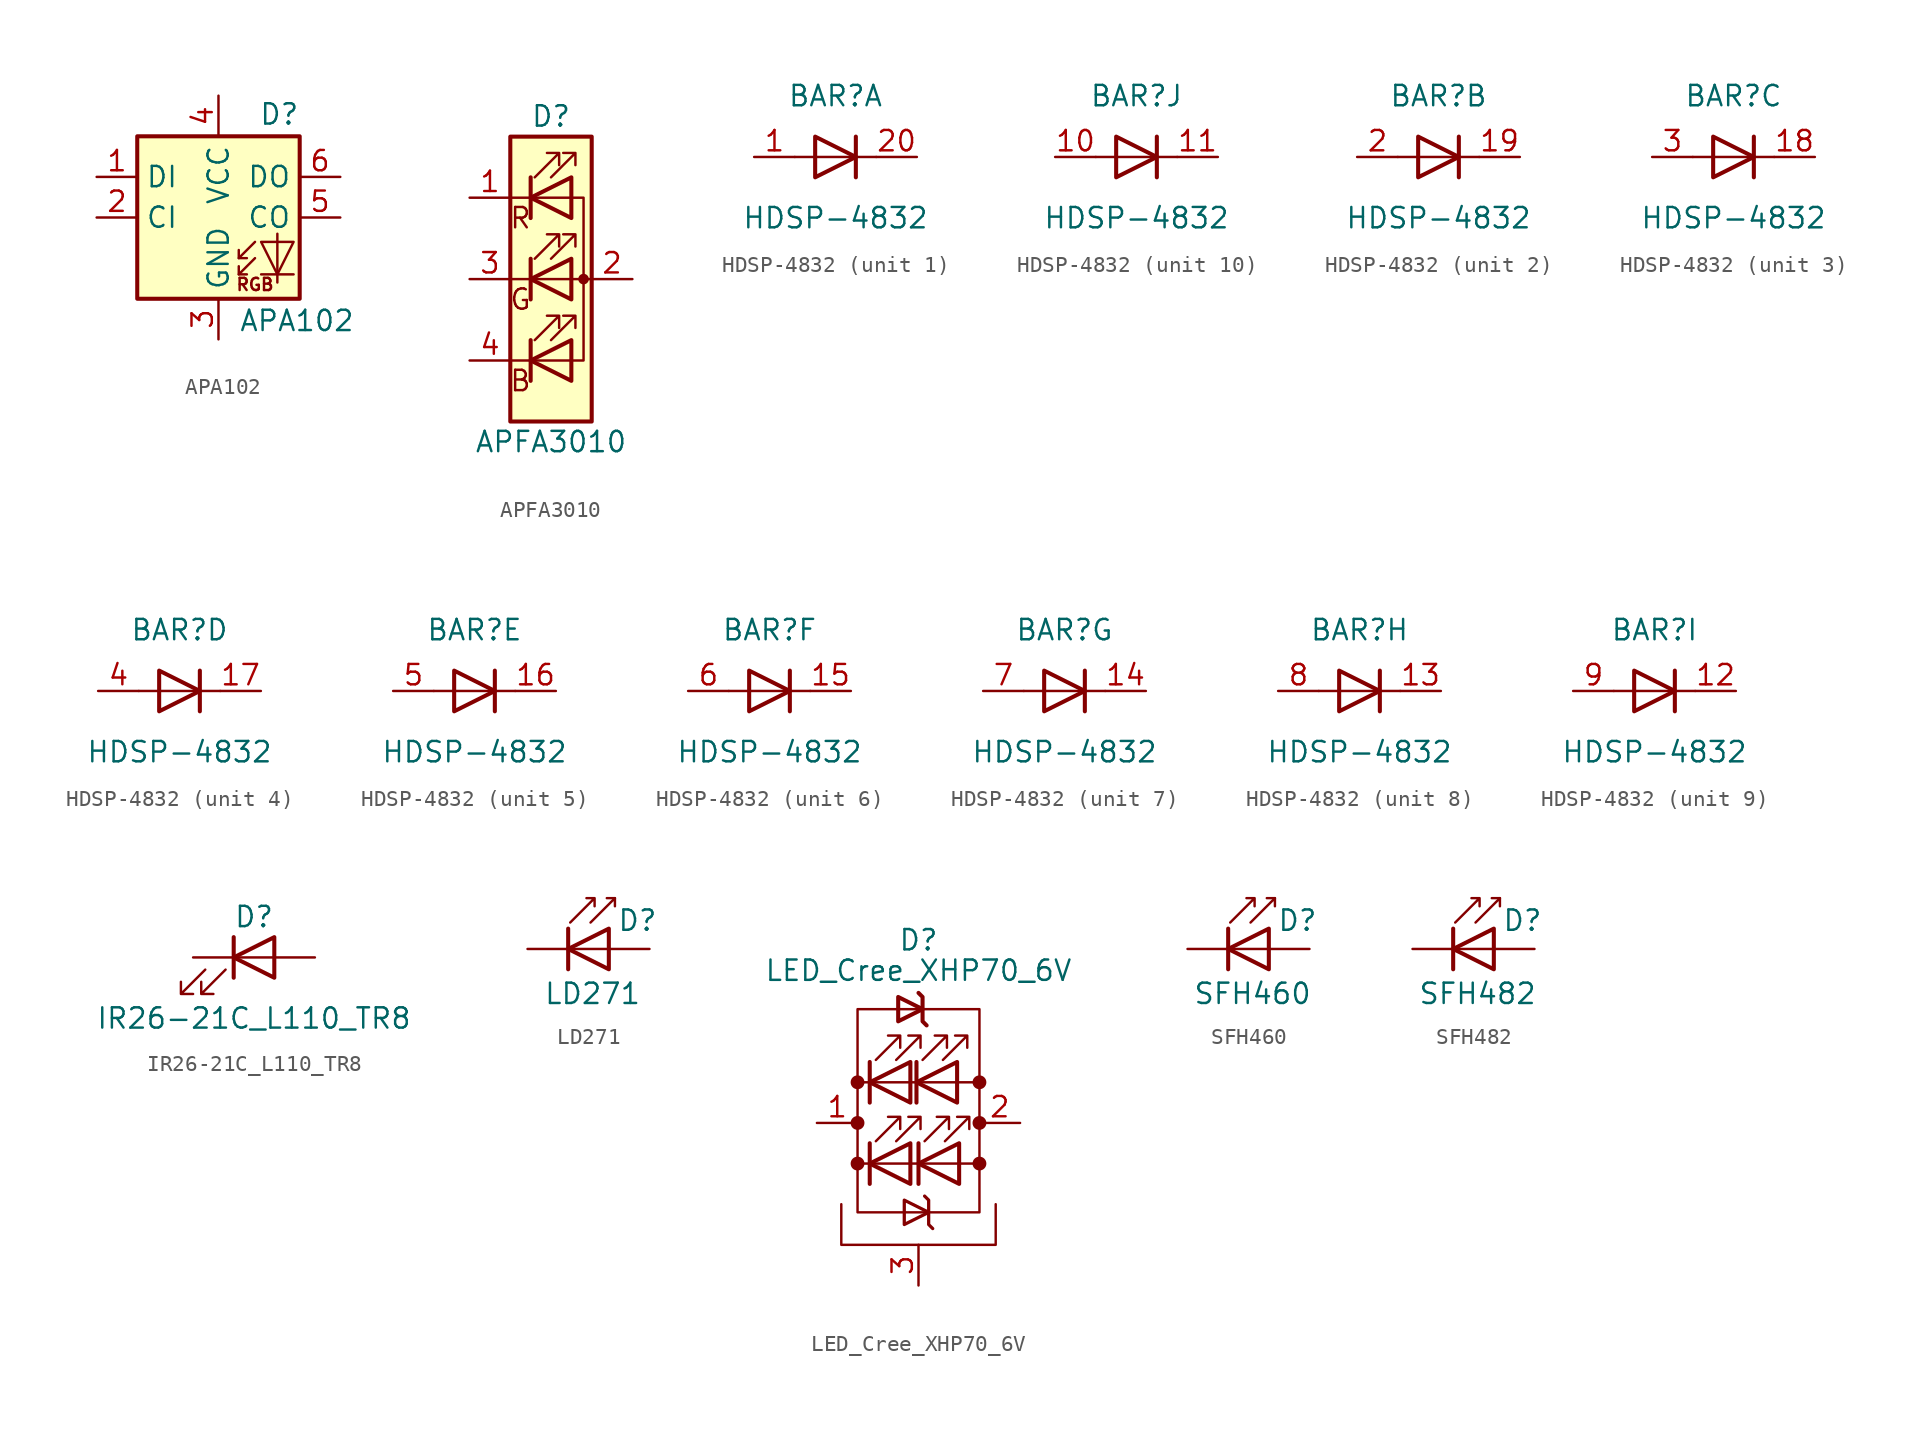
<source format=kicad_sym>
(kicad_symbol_lib
  (version 20201005)
  (generator kicad_symbol_editor)
  (symbol "LED:APA102"
    (property "Reference" "D"
      (at 5.08 5.715 0)
      (effects (font (size 1.27 1.27)) (justify right bottom)))
    (property "Value" "APA102"
      (at 1.27 -5.715 0)
      (effects (font (size 1.27 1.27)) (justify left top)))
    (symbol "APA102_0_0"
      (text "RGB" (at 2.286 -4.191 0) (effects (font (size 0.762 0.762)))))
    (symbol "APA102_0_1"
      (rectangle (start 5.08 5.08) (end -5.08 -5.08) (stroke (width 0.254)) (fill (type background)))
      (polyline (pts (xy 1.27 -3.556) (xy 1.778 -3.556)) (stroke (width 0)) (fill (type none)))
      (polyline (pts (xy 1.27 -2.54) (xy 1.778 -2.54)) (stroke (width 0)) (fill (type none)))
      (polyline (pts (xy 4.699 -3.556) (xy 2.667 -3.556)) (stroke (width 0)) (fill (type none)))
      (polyline (pts (xy 2.286 -2.54) (xy 1.27 -3.556) (xy 1.27 -3.048)) (stroke (width 0)) (fill (type none)))
      (polyline (pts (xy 2.286 -1.524) (xy 1.27 -2.54) (xy 1.27 -2.032)) (stroke (width 0)) (fill (type none)))
      (polyline (pts (xy 3.683 -1.016) (xy 3.683 -3.556) (xy 3.683 -4.064)) (stroke (width 0)) (fill (type none)))
      (polyline (pts (xy 4.699 -1.524) (xy 2.667 -1.524) (xy 3.683 -3.556) (xy 4.699 -1.524)) (stroke (width 0)) (fill (type none))))
    (symbol "APA102_1_1"
      (pin input line (at -7.62 2.54 0) (length 2.54) (name "DI" (effects (font (size 1.27 1.27)))) (number "1" (effects (font (size 1.27 1.27)))))
      (pin input line (at -7.62 0 0) (length 2.54) (name "CI" (effects (font (size 1.27 1.27)))) (number "2" (effects (font (size 1.27 1.27)))))
      (pin power_in line (at 0 -7.62 90) (length 2.54) (name "GND" (effects (font (size 1.27 1.27)))) (number "3" (effects (font (size 1.27 1.27)))))
      (pin power_in line (at 0 7.62 270) (length 2.54) (name "VCC" (effects (font (size 1.27 1.27)))) (number "4" (effects (font (size 1.27 1.27)))))
      (pin output line (at 7.62 0 180) (length 2.54) (name "CO" (effects (font (size 1.27 1.27)))) (number "5" (effects (font (size 1.27 1.27)))))
      (pin output line (at 7.62 2.54 180) (length 2.54) (name "DO" (effects (font (size 1.27 1.27)))) (number "6" (effects (font (size 1.27 1.27)))))))
  (symbol "LED:APFA3010"
    (pin_names
      (offset 0) hide)
    (property "Reference" "D"
      (at 0 10.16 0)
      (effects (font (size 1.27 1.27))))
    (property "Value" "APFA3010"
      (at 0 -10.16 0)
      (effects (font (size 1.27 1.27))))
    (symbol "APFA3010_0_0"
      (text "B" (at -1.905 -6.35 0) (effects (font (size 1.27 1.27))))
      (text "G" (at -1.905 -1.27 0) (effects (font (size 1.27 1.27))))
      (text "R" (at -1.905 3.81 0) (effects (font (size 1.27 1.27)))))
    (symbol "APFA3010_0_1"
      (circle (center 2.032 0) (radius 0.254) (stroke (width 0)) (fill (type outline)))
      (rectangle (start -2.54 -8.89) (end 2.54 8.89) (stroke (width 0.254)) (fill (type background)))
      (rectangle (start 1.27 6.35) (end 1.27 6.35) (stroke (width 0)) (fill (type none)))
      (polyline (pts (xy -2.54 -5.08) (xy 1.27 -5.08)) (stroke (width 0)) (fill (type none)))
      (polyline (pts (xy -1.27 -3.81) (xy -1.27 -6.35)) (stroke (width 0.254)) (fill (type none)))
      (polyline (pts (xy -1.27 1.27) (xy -1.27 -1.27)) (stroke (width 0.254)) (fill (type none)))
      (polyline (pts (xy -1.27 6.35) (xy -1.27 3.81)) (stroke (width 0.254)) (fill (type none)))
      (polyline (pts (xy 1.27 5.08) (xy -2.54 5.08)) (stroke (width 0)) (fill (type none)))
      (polyline (pts (xy 2.54 0) (xy -2.54 0)) (stroke (width 0)) (fill (type none)))
      (polyline (pts (xy 1.27 -5.08) (xy 2.032 -5.08) (xy 2.032 5.08) (xy 1.27 5.08)) (stroke (width 0)) (fill (type none)))
      (polyline (pts (xy 1.27 -3.81) (xy 1.27 -6.35) (xy -1.27 -5.08) (xy 1.27 -3.81)) (stroke (width 0.254)) (fill (type none)))
      (polyline (pts (xy 1.27 1.27) (xy 1.27 -1.27) (xy -1.27 0) (xy 1.27 1.27)) (stroke (width 0.254)) (fill (type none)))
      (polyline (pts (xy 1.27 6.35) (xy 1.27 3.81) (xy -1.27 5.08) (xy 1.27 6.35)) (stroke (width 0.254)) (fill (type none)))
      (polyline (pts (xy -1.016 -3.81) (xy 0.508 -2.286) (xy -0.254 -2.286) (xy 0.508 -2.286) (xy 0.508 -3.048)) (stroke (width 0)) (fill (type none)))
      (polyline (pts (xy -1.016 1.27) (xy 0.508 2.794) (xy -0.254 2.794) (xy 0.508 2.794) (xy 0.508 2.032)) (stroke (width 0)) (fill (type none)))
      (polyline (pts (xy -1.016 6.35) (xy 0.508 7.874) (xy -0.254 7.874) (xy 0.508 7.874) (xy 0.508 7.112)) (stroke (width 0)) (fill (type none)))
      (polyline (pts (xy 0 -3.81) (xy 1.524 -2.286) (xy 0.762 -2.286) (xy 1.524 -2.286) (xy 1.524 -3.048)) (stroke (width 0)) (fill (type none)))
      (polyline (pts (xy 0 1.27) (xy 1.524 2.794) (xy 0.762 2.794) (xy 1.524 2.794) (xy 1.524 2.032)) (stroke (width 0)) (fill (type none)))
      (polyline (pts (xy 0 6.35) (xy 1.524 7.874) (xy 0.762 7.874) (xy 1.524 7.874) (xy 1.524 7.112)) (stroke (width 0)) (fill (type none))))
    (symbol "APFA3010_1_1"
      (pin input line (at -5.08 5.08 0) (length 2.54) (name "R" (effects (font (size 1.27 1.27)))) (number "1" (effects (font (size 1.27 1.27)))))
      (pin power_in line (at 5.08 0 180) (length 2.54) (name "A" (effects (font (size 1.27 1.27)))) (number "2" (effects (font (size 1.27 1.27)))))
      (pin input line (at -5.08 0 0) (length 2.54) (name "G" (effects (font (size 1.27 1.27)))) (number "3" (effects (font (size 1.27 1.27)))))
      (pin input line (at -5.08 -5.08 0) (length 2.54) (name "B" (effects (font (size 1.27 1.27)))) (number "4" (effects (font (size 1.27 1.27)))))))
  (symbol "LED:HDSP-4832"
    (pin_names
      (offset 1.016) hide)
    (property "Reference" "BAR"
      (at 0 3.81 0)
      (effects (font (size 1.27 1.27))))
    (property "Value" "HDSP-4832"
      (at 0 -3.81 0)
      (effects (font (size 1.27 1.27))))
    (symbol "HDSP-4832_0_1"
      (polyline (pts (xy -2.54 0) (xy 2.54 0)) (stroke (width 0)) (fill (type none)))
      (polyline (pts (xy 1.27 -1.27) (xy 1.27 1.27)) (stroke (width 0.254)) (fill (type none)))
      (polyline (pts (xy -1.27 1.27) (xy -1.27 -1.27) (xy 1.27 0) (xy -1.27 1.27)) (stroke (width 0.254)) (fill (type none))))
    (symbol "HDSP-4832_1_1"
      (pin passive line (at -5.08 0 0) (length 2.54) (name "A" (effects (font (size 1.27 1.27)))) (number "1" (effects (font (size 1.27 1.27)))))
      (pin passive line (at 5.08 0 180) (length 2.54) (name "K" (effects (font (size 1.27 1.27)))) (number "20" (effects (font (size 1.27 1.27))))))
    (symbol "HDSP-4832_2_1"
      (pin passive line (at 5.08 0 180) (length 2.54) (name "K" (effects (font (size 1.27 1.27)))) (number "19" (effects (font (size 1.27 1.27)))))
      (pin passive line (at -5.08 0 0) (length 2.54) (name "A" (effects (font (size 1.27 1.27)))) (number "2" (effects (font (size 1.27 1.27))))))
    (symbol "HDSP-4832_3_1"
      (pin passive line (at 5.08 0 180) (length 2.54) (name "K" (effects (font (size 1.27 1.27)))) (number "18" (effects (font (size 1.27 1.27)))))
      (pin passive line (at -5.08 0 0) (length 2.54) (name "A" (effects (font (size 1.27 1.27)))) (number "3" (effects (font (size 1.27 1.27))))))
    (symbol "HDSP-4832_4_1"
      (pin passive line (at 5.08 0 180) (length 2.54) (name "K" (effects (font (size 1.27 1.27)))) (number "17" (effects (font (size 1.27 1.27)))))
      (pin passive line (at -5.08 0 0) (length 2.54) (name "A" (effects (font (size 1.27 1.27)))) (number "4" (effects (font (size 1.27 1.27))))))
    (symbol "HDSP-4832_5_1"
      (pin passive line (at 5.08 0 180) (length 2.54) (name "K" (effects (font (size 1.27 1.27)))) (number "16" (effects (font (size 1.27 1.27)))))
      (pin passive line (at -5.08 0 0) (length 2.54) (name "A" (effects (font (size 1.27 1.27)))) (number "5" (effects (font (size 1.27 1.27))))))
    (symbol "HDSP-4832_6_1"
      (pin passive line (at 5.08 0 180) (length 2.54) (name "K" (effects (font (size 1.27 1.27)))) (number "15" (effects (font (size 1.27 1.27)))))
      (pin passive line (at -5.08 0 0) (length 2.54) (name "A" (effects (font (size 1.27 1.27)))) (number "6" (effects (font (size 1.27 1.27))))))
    (symbol "HDSP-4832_7_1"
      (pin passive line (at 5.08 0 180) (length 2.54) (name "K" (effects (font (size 1.27 1.27)))) (number "14" (effects (font (size 1.27 1.27)))))
      (pin passive line (at -5.08 0 0) (length 2.54) (name "A" (effects (font (size 1.27 1.27)))) (number "7" (effects (font (size 1.27 1.27))))))
    (symbol "HDSP-4832_8_1"
      (pin passive line (at 5.08 0 180) (length 2.54) (name "K" (effects (font (size 1.27 1.27)))) (number "13" (effects (font (size 1.27 1.27)))))
      (pin passive line (at -5.08 0 0) (length 2.54) (name "A" (effects (font (size 1.27 1.27)))) (number "8" (effects (font (size 1.27 1.27))))))
    (symbol "HDSP-4832_9_1"
      (pin passive line (at 5.08 0 180) (length 2.54) (name "K" (effects (font (size 1.27 1.27)))) (number "12" (effects (font (size 1.27 1.27)))))
      (pin passive line (at -5.08 0 0) (length 2.54) (name "A" (effects (font (size 1.27 1.27)))) (number "9" (effects (font (size 1.27 1.27))))))
    (symbol "HDSP-4832_10_1"
      (pin passive line (at -5.08 0 0) (length 2.54) (name "A" (effects (font (size 1.27 1.27)))) (number "10" (effects (font (size 1.27 1.27)))))
      (pin passive line (at 5.08 0 180) (length 2.54) (name "K" (effects (font (size 1.27 1.27)))) (number "11" (effects (font (size 1.27 1.27)))))))
  (symbol "LED:IR26-21C_L110_TR8"
    (pin_numbers hide)
    (pin_names
      (offset 1.016) hide)
    (property "Reference" "D"
      (at 0 2.54 0)
      (effects (font (size 1.27 1.27))))
    (property "Value" "IR26-21C_L110_TR8"
      (at 0 -3.81 0)
      (effects (font (size 1.27 1.27))))
    (symbol "IR26-21C_L110_TR8_0_1"
      (polyline (pts (xy -1.27 -1.27) (xy -1.27 1.27)) (stroke (width 0.254)) (fill (type none)))
      (polyline (pts (xy -1.27 0) (xy 1.27 0)) (stroke (width 0)) (fill (type none)))
      (polyline (pts (xy 1.27 -1.27) (xy 1.27 1.27) (xy -1.27 0) (xy 1.27 -1.27)) (stroke (width 0.254)) (fill (type none)))
      (polyline (pts (xy -3.048 -0.762) (xy -4.572 -2.286) (xy -3.81 -2.286) (xy -4.572 -2.286) (xy -4.572 -1.524)) (stroke (width 0)) (fill (type none)))
      (polyline (pts (xy -1.778 -0.762) (xy -3.302 -2.286) (xy -2.54 -2.286) (xy -3.302 -2.286) (xy -3.302 -1.524)) (stroke (width 0)) (fill (type none))))
    (symbol "IR26-21C_L110_TR8_1_1"
      (pin passive line (at -3.81 0 0) (length 2.54) (name "K" (effects (font (size 1.27 1.27)))) (number "1" (effects (font (size 1.27 1.27)))))
      (pin passive line (at 3.81 0 180) (length 2.54) (name "A" (effects (font (size 1.27 1.27)))) (number "2" (effects (font (size 1.27 1.27)))))))
  (symbol "LED:LD271"
    (pin_numbers hide)
    (pin_names
      (offset 1.016) hide)
    (property "Reference" "D"
      (at 0.508 1.778 0)
      (effects (font (size 1.27 1.27)) (justify left)))
    (property "Value" "LD271"
      (at -1.016 -2.794 0)
      (effects (font (size 1.27 1.27))))
    (symbol "LD271_0_1"
      (polyline (pts (xy -2.54 1.27) (xy -2.54 -1.27)) (stroke (width 0.254)) (fill (type none)))
      (polyline (pts (xy 0 0) (xy -2.54 0)) (stroke (width 0)) (fill (type none)))
      (polyline (pts (xy 0.381 3.175) (xy -0.127 3.175)) (stroke (width 0)) (fill (type none)))
      (polyline (pts (xy -1.143 1.651) (xy 0.381 3.175) (xy 0.381 2.667)) (stroke (width 0)) (fill (type none)))
      (polyline (pts (xy 0 -1.27) (xy -2.54 0) (xy 0 1.27) (xy 0 -1.27)) (stroke (width 0.254)) (fill (type none)))
      (polyline (pts (xy -2.413 1.651) (xy -0.889 3.175) (xy -0.889 2.667) (xy -0.889 3.175) (xy -1.397 3.175)) (stroke (width 0)) (fill (type none))))
    (symbol "LD271_1_1"
      (pin passive line (at -5.08 0 0) (length 2.54) (name "K" (effects (font (size 1.27 1.27)))) (number "1" (effects (font (size 1.27 1.27)))))
      (pin passive line (at 2.54 0 180) (length 2.54) (name "A" (effects (font (size 1.27 1.27)))) (number "2" (effects (font (size 1.27 1.27)))))))
  (symbol "LED:LED_Cree_XHP70_6V"
    (pin_names
      (offset 1.016) hide)
    (property "Reference" "D"
      (at 0 11.43 0)
      (effects (font (size 1.27 1.27))))
    (property "Value" "LED_Cree_XHP70_6V"
      (at 0 9.525 0)
      (effects (font (size 1.27 1.27))))
    (symbol "LED_Cree_XHP70_6V_0_1"
      (circle (center -3.81 -2.54) (radius 0.356) (stroke (width 0)) (fill (type outline)))
      (circle (center -3.81 0) (radius 0.356) (stroke (width 0)) (fill (type outline)))
      (circle (center -3.81 2.54) (radius 0.356) (stroke (width 0)) (fill (type outline)))
      (circle (center 3.81 -2.54) (radius 0.356) (stroke (width 0)) (fill (type outline)))
      (circle (center 3.81 0) (radius 0.356) (stroke (width 0)) (fill (type outline)))
      (circle (center 3.81 2.54) (radius 0.356) (stroke (width 0)) (fill (type outline)))
      (polyline (pts (xy -3.81 -2.54) (xy 3.81 -2.54)) (stroke (width 0)) (fill (type none)))
      (polyline (pts (xy -3.048 -3.81) (xy -3.048 -1.27)) (stroke (width 0.254)) (fill (type none)))
      (polyline (pts (xy -3.048 1.27) (xy -3.048 3.81)) (stroke (width 0.254)) (fill (type none)))
      (polyline (pts (xy -0.127 1.27) (xy -0.127 3.81)) (stroke (width 0.254)) (fill (type none)))
      (polyline (pts (xy 0 -3.81) (xy 0 -1.27)) (stroke (width 0.254)) (fill (type none)))
      (polyline (pts (xy 3.81 2.54) (xy -3.81 2.54)) (stroke (width 0)) (fill (type none)))
      (polyline (pts (xy -4.826 -5.08) (xy -4.826 -7.62) (xy 4.826 -7.62) (xy 4.826 -5.08)) (stroke (width 0)) (fill (type none)))
      (polyline (pts (xy -0.508 -3.81) (xy -0.508 -1.27) (xy -3.048 -2.54) (xy -0.508 -3.81)) (stroke (width 0.254)) (fill (type none)))
      (polyline (pts (xy -0.508 1.27) (xy -0.508 3.81) (xy -3.048 2.54) (xy -0.508 1.27)) (stroke (width 0.254)) (fill (type none)))
      (polyline (pts (xy 0.508 6.096) (xy 0.254 6.35) (xy 0.254 7.874) (xy 0 8.128)) (stroke (width 0.254)) (fill (type none)))
      (polyline (pts (xy 0.889 -6.604) (xy 0.635 -6.35) (xy 0.635 -4.826) (xy 0.381 -4.572)) (stroke (width 0.203)) (fill (type none)))
      (polyline (pts (xy 2.413 1.27) (xy 2.413 3.81) (xy -0.127 2.54) (xy 2.413 1.27)) (stroke (width 0.254)) (fill (type none)))
      (polyline (pts (xy 2.54 -3.81) (xy 2.54 -1.27) (xy 0 -2.54) (xy 2.54 -3.81)) (stroke (width 0.254)) (fill (type none)))
      (polyline (pts (xy -3.81 -5.588) (xy -3.81 7.112) (xy 3.81 7.112) (xy 3.81 -5.588) (xy -3.81 -5.588)) (stroke (width 0)) (fill (type none)))
      (polyline (pts (xy -2.667 -1.143) (xy -1.143 0.381) (xy -1.905 0.381) (xy -1.143 0.381) (xy -1.143 -0.381)) (stroke (width 0)) (fill (type none)))
      (polyline (pts (xy -2.667 3.937) (xy -1.143 5.461) (xy -1.905 5.461) (xy -1.143 5.461) (xy -1.143 4.699)) (stroke (width 0)) (fill (type none)))
      (polyline (pts (xy -1.397 -1.143) (xy 0.127 0.381) (xy -0.635 0.381) (xy 0.127 0.381) (xy 0.127 -0.381)) (stroke (width 0)) (fill (type none)))
      (polyline (pts (xy -1.397 3.937) (xy 0.127 5.461) (xy -0.635 5.461) (xy 0.127 5.461) (xy 0.127 4.699)) (stroke (width 0)) (fill (type none)))
      (polyline (pts (xy -1.27 6.35) (xy -1.27 7.874) (xy 0.254 7.112) (xy -1.27 6.35) (xy -1.27 6.604)) (stroke (width 0.254)) (fill (type none)))
      (polyline (pts (xy -0.889 -6.35) (xy -0.889 -4.826) (xy 0.635 -5.588) (xy -0.889 -6.35) (xy -0.889 -6.096)) (stroke (width 0.203)) (fill (type none)))
      (polyline (pts (xy 0.254 3.937) (xy 1.778 5.461) (xy 1.016 5.461) (xy 1.778 5.461) (xy 1.778 4.699)) (stroke (width 0)) (fill (type none)))
      (polyline (pts (xy 0.381 -1.143) (xy 1.905 0.381) (xy 1.143 0.381) (xy 1.905 0.381) (xy 1.905 -0.381)) (stroke (width 0)) (fill (type none)))
      (polyline (pts (xy 1.524 3.937) (xy 3.048 5.461) (xy 2.286 5.461) (xy 3.048 5.461) (xy 3.048 4.699)) (stroke (width 0)) (fill (type none)))
      (polyline (pts (xy 1.651 -1.143) (xy 3.175 0.381) (xy 2.413 0.381) (xy 3.175 0.381) (xy 3.175 -0.381)) (stroke (width 0)) (fill (type none))))
    (symbol "LED_Cree_XHP70_6V_1_1"
      (pin passive line (at -6.35 0 0) (length 2.54) (name "K" (effects (font (size 1.27 1.27)))) (number "1" (effects (font (size 1.27 1.27)))))
      (pin passive line (at 6.35 0 180) (length 2.54) (name "A" (effects (font (size 1.27 1.27)))) (number "2" (effects (font (size 1.27 1.27)))))
      (pin passive line (at 0 -10.16 90) (length 2.54) (name "PAD" (effects (font (size 1.27 1.27)))) (number "3" (effects (font (size 1.27 1.27)))))))
  (symbol "LED:SFH460"
    (pin_numbers hide)
    (pin_names
      (offset 1.016) hide)
    (property "Reference" "D"
      (at 0.508 1.778 0)
      (effects (font (size 1.27 1.27)) (justify left)))
    (property "Value" "SFH460"
      (at -1.016 -2.794 0)
      (effects (font (size 1.27 1.27))))
    (symbol "SFH460_0_1"
      (polyline (pts (xy -2.54 1.27) (xy -2.54 -1.27)) (stroke (width 0.254)) (fill (type none)))
      (polyline (pts (xy 0 0) (xy -2.54 0)) (stroke (width 0)) (fill (type none)))
      (polyline (pts (xy 0.381 3.175) (xy -0.127 3.175)) (stroke (width 0)) (fill (type none)))
      (polyline (pts (xy -1.143 1.651) (xy 0.381 3.175) (xy 0.381 2.667)) (stroke (width 0)) (fill (type none)))
      (polyline (pts (xy 0 1.27) (xy 0 -1.27) (xy -2.54 0) (xy 0 1.27)) (stroke (width 0.254)) (fill (type none)))
      (polyline (pts (xy -2.413 1.651) (xy -0.889 3.175) (xy -0.889 2.667) (xy -0.889 3.175) (xy -1.397 3.175)) (stroke (width 0)) (fill (type none))))
    (symbol "SFH460_1_1"
      (pin passive line (at -5.08 0 0) (length 2.54) (name "K" (effects (font (size 1.27 1.27)))) (number "1" (effects (font (size 1.27 1.27)))))
      (pin passive line (at 2.54 0 180) (length 2.54) (name "A" (effects (font (size 1.27 1.27)))) (number "2" (effects (font (size 1.27 1.27)))))))
  (symbol "LED:SFH482"
    (pin_numbers hide)
    (pin_names
      (offset 1.016) hide)
    (property "Reference" "D"
      (at 0.508 1.778 0)
      (effects (font (size 1.27 1.27)) (justify left)))
    (property "Value" "SFH482"
      (at -1.016 -2.794 0)
      (effects (font (size 1.27 1.27))))
    (symbol "SFH482_0_1"
      (polyline (pts (xy -2.54 1.27) (xy -2.54 -1.27)) (stroke (width 0.254)) (fill (type none)))
      (polyline (pts (xy 0 0) (xy -2.54 0)) (stroke (width 0)) (fill (type none)))
      (polyline (pts (xy 0.381 3.175) (xy -0.127 3.175)) (stroke (width 0)) (fill (type none)))
      (polyline (pts (xy -1.143 1.651) (xy 0.381 3.175) (xy 0.381 2.667)) (stroke (width 0)) (fill (type none)))
      (polyline (pts (xy 0 1.27) (xy 0 -1.27) (xy -2.54 0) (xy 0 1.27)) (stroke (width 0.254)) (fill (type none)))
      (polyline (pts (xy -2.413 1.651) (xy -0.889 3.175) (xy -0.889 2.667) (xy -0.889 3.175) (xy -1.397 3.175)) (stroke (width 0)) (fill (type none))))
    (symbol "SFH482_1_1"
      (pin passive line (at -5.08 0 0) (length 2.54) (name "K" (effects (font (size 1.27 1.27)))) (number "1" (effects (font (size 1.27 1.27)))))
      (pin passive line (at 2.54 0 180) (length 2.54) (name "A" (effects (font (size 1.27 1.27)))) (number "2" (effects (font (size 1.27 1.27))))))))
</source>
